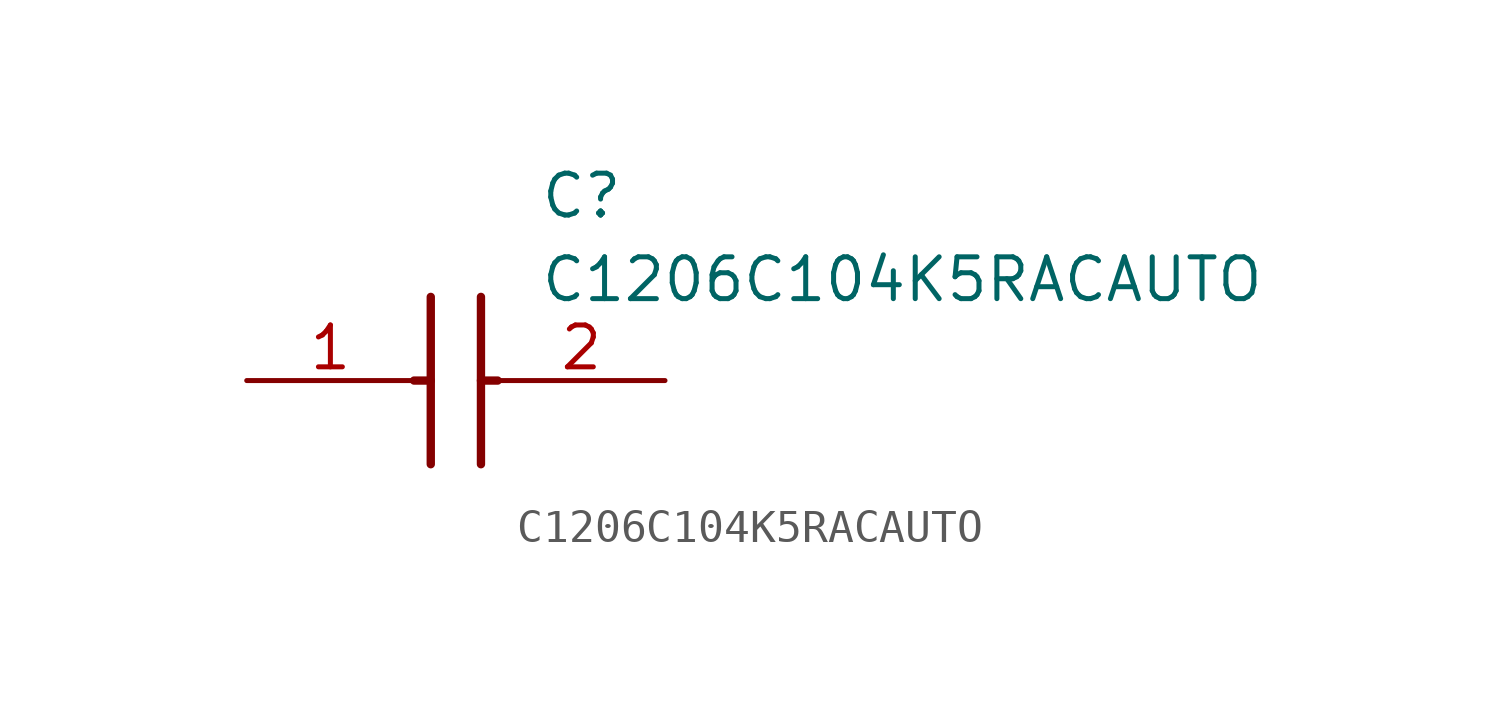
<source format=kicad_sym>
(kicad_symbol_lib
  (version 20211014)
  (generator SamacSys_ECAD_Model)
  (symbol "C1206C104K5RACAUTO"
    (pin_names hide)
    (property "Reference" "C"
      (at 8.89 6.35 0)
      (effects (font (size 1.27 1.27)) (justify left top)))
    (property "Value" "C1206C104K5RACAUTO"
      (at 8.89 3.81 0)
      (effects (font (size 1.27 1.27)) (justify left top)))
    (polyline
      (pts (xy 5.588 2.54) (xy 5.588 -2.54))
      (stroke (width 0.254) (type default))
      (fill (type none)))
    (polyline
      (pts (xy 7.112 2.54) (xy 7.112 -2.54))
      (stroke (width 0.254) (type default))
      (fill (type none)))
    (polyline
      (pts (xy 5.08 0) (xy 5.588 0))
      (stroke (width 0.254) (type default))
      (fill (type none)))
    (polyline
      (pts (xy 7.112 0) (xy 7.62 0))
      (stroke (width 0.254) (type default))
      (fill (type none)))
    (pin passive line
      (at 0 0 0)
      (length 5.08)
      (name "1" (effects (font (size 1.27 1.27))))
      (number "1" (effects (font (size 1.27 1.27)))))
    (pin passive line
      (at 12.7 0 180)
      (length 5.08)
      (name "2" (effects (font (size 1.27 1.27))))
      (number "2" (effects (font (size 1.27 1.27)))))))
</source>
